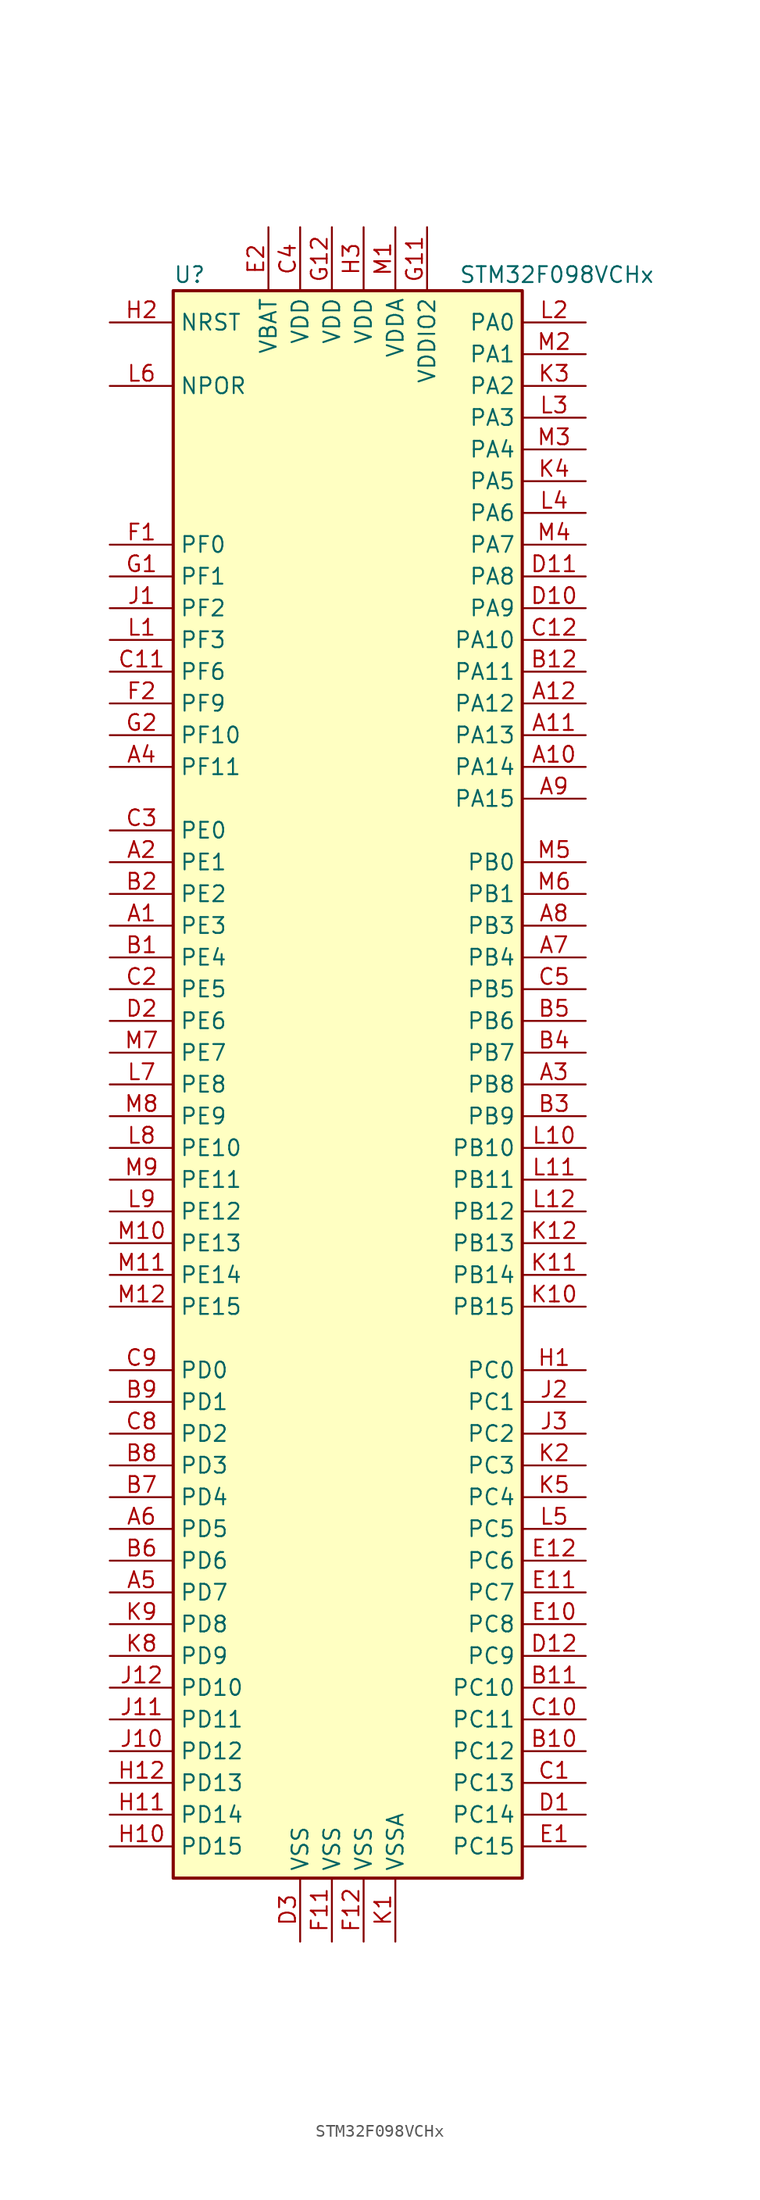
<source format=kicad_sym>
(kicad_symbol_lib
  (version 20201005)
  (generator kicad_symbol_editor)
  (symbol "MCU_ST_STM32F0:STM32F098VCHx"
    (property "Reference" "U"
      (at -15.24 64.77 0)
      (effects (font (size 1.27 1.27)) (justify left)))
    (property "Value" "STM32F098VCHx"
      (at 7.62 64.77 0)
      (effects (font (size 1.27 1.27)) (justify left)))
    (symbol "STM32F098VCHx_0_1"
      (rectangle (start -15.24 -63.5) (end 12.7 63.5) (stroke (width 0.254)) (fill (type background))))
    (symbol "STM32F098VCHx_1_1"
      (pin bidirectional line (at -20.32 12.7 0) (length 5.08) (name "PE3" (effects (font (size 1.27 1.27)))) (number "A1" (effects (font (size 1.27 1.27)))))
      (pin bidirectional line (at 17.78 25.4 180) (length 5.08) (name "PA14" (effects (font (size 1.27 1.27)))) (number "A10" (effects (font (size 1.27 1.27)))))
      (pin bidirectional line (at 17.78 27.94 180) (length 5.08) (name "PA13" (effects (font (size 1.27 1.27)))) (number "A11" (effects (font (size 1.27 1.27)))))
      (pin bidirectional line (at 17.78 30.48 180) (length 5.08) (name "PA12" (effects (font (size 1.27 1.27)))) (number "A12" (effects (font (size 1.27 1.27)))))
      (pin bidirectional line (at -20.32 17.78 0) (length 5.08) (name "PE1" (effects (font (size 1.27 1.27)))) (number "A2" (effects (font (size 1.27 1.27)))))
      (pin bidirectional line (at 17.78 0 180) (length 5.08) (name "PB8" (effects (font (size 1.27 1.27)))) (number "A3" (effects (font (size 1.27 1.27)))))
      (pin bidirectional line (at -20.32 25.4 0) (length 5.08) (name "PF11" (effects (font (size 1.27 1.27)))) (number "A4" (effects (font (size 1.27 1.27)))))
      (pin bidirectional line (at -20.32 -40.64 0) (length 5.08) (name "PD7" (effects (font (size 1.27 1.27)))) (number "A5" (effects (font (size 1.27 1.27)))))
      (pin bidirectional line (at -20.32 -35.56 0) (length 5.08) (name "PD5" (effects (font (size 1.27 1.27)))) (number "A6" (effects (font (size 1.27 1.27)))))
      (pin bidirectional line (at 17.78 10.16 180) (length 5.08) (name "PB4" (effects (font (size 1.27 1.27)))) (number "A7" (effects (font (size 1.27 1.27)))))
      (pin bidirectional line (at 17.78 12.7 180) (length 5.08) (name "PB3" (effects (font (size 1.27 1.27)))) (number "A8" (effects (font (size 1.27 1.27)))))
      (pin bidirectional line (at 17.78 22.86 180) (length 5.08) (name "PA15" (effects (font (size 1.27 1.27)))) (number "A9" (effects (font (size 1.27 1.27)))))
      (pin bidirectional line (at -20.32 10.16 0) (length 5.08) (name "PE4" (effects (font (size 1.27 1.27)))) (number "B1" (effects (font (size 1.27 1.27)))))
      (pin bidirectional line (at 17.78 -53.34 180) (length 5.08) (name "PC12" (effects (font (size 1.27 1.27)))) (number "B10" (effects (font (size 1.27 1.27)))))
      (pin bidirectional line (at 17.78 -48.26 180) (length 5.08) (name "PC10" (effects (font (size 1.27 1.27)))) (number "B11" (effects (font (size 1.27 1.27)))))
      (pin bidirectional line (at 17.78 33.02 180) (length 5.08) (name "PA11" (effects (font (size 1.27 1.27)))) (number "B12" (effects (font (size 1.27 1.27)))))
      (pin bidirectional line (at -20.32 15.24 0) (length 5.08) (name "PE2" (effects (font (size 1.27 1.27)))) (number "B2" (effects (font (size 1.27 1.27)))))
      (pin bidirectional line (at 17.78 -2.54 180) (length 5.08) (name "PB9" (effects (font (size 1.27 1.27)))) (number "B3" (effects (font (size 1.27 1.27)))))
      (pin bidirectional line (at 17.78 2.54 180) (length 5.08) (name "PB7" (effects (font (size 1.27 1.27)))) (number "B4" (effects (font (size 1.27 1.27)))))
      (pin bidirectional line (at 17.78 5.08 180) (length 5.08) (name "PB6" (effects (font (size 1.27 1.27)))) (number "B5" (effects (font (size 1.27 1.27)))))
      (pin bidirectional line (at -20.32 -38.1 0) (length 5.08) (name "PD6" (effects (font (size 1.27 1.27)))) (number "B6" (effects (font (size 1.27 1.27)))))
      (pin bidirectional line (at -20.32 -33.02 0) (length 5.08) (name "PD4" (effects (font (size 1.27 1.27)))) (number "B7" (effects (font (size 1.27 1.27)))))
      (pin bidirectional line (at -20.32 -30.48 0) (length 5.08) (name "PD3" (effects (font (size 1.27 1.27)))) (number "B8" (effects (font (size 1.27 1.27)))))
      (pin bidirectional line (at -20.32 -25.4 0) (length 5.08) (name "PD1" (effects (font (size 1.27 1.27)))) (number "B9" (effects (font (size 1.27 1.27)))))
      (pin bidirectional line (at 17.78 -55.88 180) (length 5.08) (name "PC13" (effects (font (size 1.27 1.27)))) (number "C1" (effects (font (size 1.27 1.27)))))
      (pin bidirectional line (at 17.78 -50.8 180) (length 5.08) (name "PC11" (effects (font (size 1.27 1.27)))) (number "C10" (effects (font (size 1.27 1.27)))))
      (pin bidirectional line (at -20.32 33.02 0) (length 5.08) (name "PF6" (effects (font (size 1.27 1.27)))) (number "C11" (effects (font (size 1.27 1.27)))))
      (pin bidirectional line (at 17.78 35.56 180) (length 5.08) (name "PA10" (effects (font (size 1.27 1.27)))) (number "C12" (effects (font (size 1.27 1.27)))))
      (pin bidirectional line (at -20.32 7.62 0) (length 5.08) (name "PE5" (effects (font (size 1.27 1.27)))) (number "C2" (effects (font (size 1.27 1.27)))))
      (pin bidirectional line (at -20.32 20.32 0) (length 5.08) (name "PE0" (effects (font (size 1.27 1.27)))) (number "C3" (effects (font (size 1.27 1.27)))))
      (pin power_in line (at -5.08 68.58 270) (length 5.08) (name "VDD" (effects (font (size 1.27 1.27)))) (number "C4" (effects (font (size 1.27 1.27)))))
      (pin bidirectional line (at 17.78 7.62 180) (length 5.08) (name "PB5" (effects (font (size 1.27 1.27)))) (number "C5" (effects (font (size 1.27 1.27)))))
      (pin bidirectional line (at -20.32 -27.94 0) (length 5.08) (name "PD2" (effects (font (size 1.27 1.27)))) (number "C8" (effects (font (size 1.27 1.27)))))
      (pin bidirectional line (at -20.32 -22.86 0) (length 5.08) (name "PD0" (effects (font (size 1.27 1.27)))) (number "C9" (effects (font (size 1.27 1.27)))))
      (pin bidirectional line (at 17.78 -58.42 180) (length 5.08) (name "PC14" (effects (font (size 1.27 1.27)))) (number "D1" (effects (font (size 1.27 1.27)))))
      (pin bidirectional line (at 17.78 38.1 180) (length 5.08) (name "PA9" (effects (font (size 1.27 1.27)))) (number "D10" (effects (font (size 1.27 1.27)))))
      (pin bidirectional line (at 17.78 40.64 180) (length 5.08) (name "PA8" (effects (font (size 1.27 1.27)))) (number "D11" (effects (font (size 1.27 1.27)))))
      (pin bidirectional line (at 17.78 -45.72 180) (length 5.08) (name "PC9" (effects (font (size 1.27 1.27)))) (number "D12" (effects (font (size 1.27 1.27)))))
      (pin bidirectional line (at -20.32 5.08 0) (length 5.08) (name "PE6" (effects (font (size 1.27 1.27)))) (number "D2" (effects (font (size 1.27 1.27)))))
      (pin power_in line (at -5.08 -68.58 90) (length 5.08) (name "VSS" (effects (font (size 1.27 1.27)))) (number "D3" (effects (font (size 1.27 1.27)))))
      (pin bidirectional line (at 17.78 -60.96 180) (length 5.08) (name "PC15" (effects (font (size 1.27 1.27)))) (number "E1" (effects (font (size 1.27 1.27)))))
      (pin bidirectional line (at 17.78 -43.18 180) (length 5.08) (name "PC8" (effects (font (size 1.27 1.27)))) (number "E10" (effects (font (size 1.27 1.27)))))
      (pin bidirectional line (at 17.78 -40.64 180) (length 5.08) (name "PC7" (effects (font (size 1.27 1.27)))) (number "E11" (effects (font (size 1.27 1.27)))))
      (pin bidirectional line (at 17.78 -38.1 180) (length 5.08) (name "PC6" (effects (font (size 1.27 1.27)))) (number "E12" (effects (font (size 1.27 1.27)))))
      (pin power_in line (at -7.62 68.58 270) (length 5.08) (name "VBAT" (effects (font (size 1.27 1.27)))) (number "E2" (effects (font (size 1.27 1.27)))))
      (pin no_connect line (at -15.24 -60.96 0) (length 5.08) hide (name "NC" (effects (font (size 1.27 1.27)))) (number "E3" (effects (font (size 1.27 1.27)))))
      (pin input line (at -20.32 43.18 0) (length 5.08) (name "PF0" (effects (font (size 1.27 1.27)))) (number "F1" (effects (font (size 1.27 1.27)))))
      (pin power_in line (at -2.54 -68.58 90) (length 5.08) (name "VSS" (effects (font (size 1.27 1.27)))) (number "F11" (effects (font (size 1.27 1.27)))))
      (pin power_in line (at 0 -68.58 90) (length 5.08) (name "VSS" (effects (font (size 1.27 1.27)))) (number "F12" (effects (font (size 1.27 1.27)))))
      (pin bidirectional line (at -20.32 30.48 0) (length 5.08) (name "PF9" (effects (font (size 1.27 1.27)))) (number "F2" (effects (font (size 1.27 1.27)))))
      (pin input line (at -20.32 40.64 0) (length 5.08) (name "PF1" (effects (font (size 1.27 1.27)))) (number "G1" (effects (font (size 1.27 1.27)))))
      (pin power_in line (at 5.08 68.58 270) (length 5.08) (name "VDDIO2" (effects (font (size 1.27 1.27)))) (number "G11" (effects (font (size 1.27 1.27)))))
      (pin power_in line (at -2.54 68.58 270) (length 5.08) (name "VDD" (effects (font (size 1.27 1.27)))) (number "G12" (effects (font (size 1.27 1.27)))))
      (pin bidirectional line (at -20.32 27.94 0) (length 5.08) (name "PF10" (effects (font (size 1.27 1.27)))) (number "G2" (effects (font (size 1.27 1.27)))))
      (pin bidirectional line (at 17.78 -22.86 180) (length 5.08) (name "PC0" (effects (font (size 1.27 1.27)))) (number "H1" (effects (font (size 1.27 1.27)))))
      (pin bidirectional line (at -20.32 -60.96 0) (length 5.08) (name "PD15" (effects (font (size 1.27 1.27)))) (number "H10" (effects (font (size 1.27 1.27)))))
      (pin bidirectional line (at -20.32 -58.42 0) (length 5.08) (name "PD14" (effects (font (size 1.27 1.27)))) (number "H11" (effects (font (size 1.27 1.27)))))
      (pin bidirectional line (at -20.32 -55.88 0) (length 5.08) (name "PD13" (effects (font (size 1.27 1.27)))) (number "H12" (effects (font (size 1.27 1.27)))))
      (pin input line (at -20.32 60.96 0) (length 5.08) (name "NRST" (effects (font (size 1.27 1.27)))) (number "H2" (effects (font (size 1.27 1.27)))))
      (pin power_in line (at 0 68.58 270) (length 5.08) (name "VDD" (effects (font (size 1.27 1.27)))) (number "H3" (effects (font (size 1.27 1.27)))))
      (pin bidirectional line (at -20.32 38.1 0) (length 5.08) (name "PF2" (effects (font (size 1.27 1.27)))) (number "J1" (effects (font (size 1.27 1.27)))))
      (pin bidirectional line (at -20.32 -53.34 0) (length 5.08) (name "PD12" (effects (font (size 1.27 1.27)))) (number "J10" (effects (font (size 1.27 1.27)))))
      (pin bidirectional line (at -20.32 -50.8 0) (length 5.08) (name "PD11" (effects (font (size 1.27 1.27)))) (number "J11" (effects (font (size 1.27 1.27)))))
      (pin bidirectional line (at -20.32 -48.26 0) (length 5.08) (name "PD10" (effects (font (size 1.27 1.27)))) (number "J12" (effects (font (size 1.27 1.27)))))
      (pin bidirectional line (at 17.78 -25.4 180) (length 5.08) (name "PC1" (effects (font (size 1.27 1.27)))) (number "J2" (effects (font (size 1.27 1.27)))))
      (pin bidirectional line (at 17.78 -27.94 180) (length 5.08) (name "PC2" (effects (font (size 1.27 1.27)))) (number "J3" (effects (font (size 1.27 1.27)))))
      (pin power_in line (at 2.54 -68.58 90) (length 5.08) (name "VSSA" (effects (font (size 1.27 1.27)))) (number "K1" (effects (font (size 1.27 1.27)))))
      (pin bidirectional line (at 17.78 -17.78 180) (length 5.08) (name "PB15" (effects (font (size 1.27 1.27)))) (number "K10" (effects (font (size 1.27 1.27)))))
      (pin bidirectional line (at 17.78 -15.24 180) (length 5.08) (name "PB14" (effects (font (size 1.27 1.27)))) (number "K11" (effects (font (size 1.27 1.27)))))
      (pin bidirectional line (at 17.78 -12.7 180) (length 5.08) (name "PB13" (effects (font (size 1.27 1.27)))) (number "K12" (effects (font (size 1.27 1.27)))))
      (pin bidirectional line (at 17.78 -30.48 180) (length 5.08) (name "PC3" (effects (font (size 1.27 1.27)))) (number "K2" (effects (font (size 1.27 1.27)))))
      (pin bidirectional line (at 17.78 55.88 180) (length 5.08) (name "PA2" (effects (font (size 1.27 1.27)))) (number "K3" (effects (font (size 1.27 1.27)))))
      (pin bidirectional line (at 17.78 48.26 180) (length 5.08) (name "PA5" (effects (font (size 1.27 1.27)))) (number "K4" (effects (font (size 1.27 1.27)))))
      (pin bidirectional line (at 17.78 -33.02 180) (length 5.08) (name "PC4" (effects (font (size 1.27 1.27)))) (number "K5" (effects (font (size 1.27 1.27)))))
      (pin bidirectional line (at -20.32 -45.72 0) (length 5.08) (name "PD9" (effects (font (size 1.27 1.27)))) (number "K8" (effects (font (size 1.27 1.27)))))
      (pin bidirectional line (at -20.32 -43.18 0) (length 5.08) (name "PD8" (effects (font (size 1.27 1.27)))) (number "K9" (effects (font (size 1.27 1.27)))))
      (pin bidirectional line (at -20.32 35.56 0) (length 5.08) (name "PF3" (effects (font (size 1.27 1.27)))) (number "L1" (effects (font (size 1.27 1.27)))))
      (pin bidirectional line (at 17.78 -5.08 180) (length 5.08) (name "PB10" (effects (font (size 1.27 1.27)))) (number "L10" (effects (font (size 1.27 1.27)))))
      (pin bidirectional line (at 17.78 -7.62 180) (length 5.08) (name "PB11" (effects (font (size 1.27 1.27)))) (number "L11" (effects (font (size 1.27 1.27)))))
      (pin bidirectional line (at 17.78 -10.16 180) (length 5.08) (name "PB12" (effects (font (size 1.27 1.27)))) (number "L12" (effects (font (size 1.27 1.27)))))
      (pin bidirectional line (at 17.78 60.96 180) (length 5.08) (name "PA0" (effects (font (size 1.27 1.27)))) (number "L2" (effects (font (size 1.27 1.27)))))
      (pin bidirectional line (at 17.78 53.34 180) (length 5.08) (name "PA3" (effects (font (size 1.27 1.27)))) (number "L3" (effects (font (size 1.27 1.27)))))
      (pin bidirectional line (at 17.78 45.72 180) (length 5.08) (name "PA6" (effects (font (size 1.27 1.27)))) (number "L4" (effects (font (size 1.27 1.27)))))
      (pin bidirectional line (at 17.78 -35.56 180) (length 5.08) (name "PC5" (effects (font (size 1.27 1.27)))) (number "L5" (effects (font (size 1.27 1.27)))))
      (pin power_in line (at -20.32 55.88 0) (length 5.08) (name "NPOR" (effects (font (size 1.27 1.27)))) (number "L6" (effects (font (size 1.27 1.27)))))
      (pin bidirectional line (at -20.32 0 0) (length 5.08) (name "PE8" (effects (font (size 1.27 1.27)))) (number "L7" (effects (font (size 1.27 1.27)))))
      (pin bidirectional line (at -20.32 -5.08 0) (length 5.08) (name "PE10" (effects (font (size 1.27 1.27)))) (number "L8" (effects (font (size 1.27 1.27)))))
      (pin bidirectional line (at -20.32 -10.16 0) (length 5.08) (name "PE12" (effects (font (size 1.27 1.27)))) (number "L9" (effects (font (size 1.27 1.27)))))
      (pin power_in line (at 2.54 68.58 270) (length 5.08) (name "VDDA" (effects (font (size 1.27 1.27)))) (number "M1" (effects (font (size 1.27 1.27)))))
      (pin bidirectional line (at -20.32 -12.7 0) (length 5.08) (name "PE13" (effects (font (size 1.27 1.27)))) (number "M10" (effects (font (size 1.27 1.27)))))
      (pin bidirectional line (at -20.32 -15.24 0) (length 5.08) (name "PE14" (effects (font (size 1.27 1.27)))) (number "M11" (effects (font (size 1.27 1.27)))))
      (pin bidirectional line (at -20.32 -17.78 0) (length 5.08) (name "PE15" (effects (font (size 1.27 1.27)))) (number "M12" (effects (font (size 1.27 1.27)))))
      (pin bidirectional line (at 17.78 58.42 180) (length 5.08) (name "PA1" (effects (font (size 1.27 1.27)))) (number "M2" (effects (font (size 1.27 1.27)))))
      (pin bidirectional line (at 17.78 50.8 180) (length 5.08) (name "PA4" (effects (font (size 1.27 1.27)))) (number "M3" (effects (font (size 1.27 1.27)))))
      (pin bidirectional line (at 17.78 43.18 180) (length 5.08) (name "PA7" (effects (font (size 1.27 1.27)))) (number "M4" (effects (font (size 1.27 1.27)))))
      (pin bidirectional line (at 17.78 17.78 180) (length 5.08) (name "PB0" (effects (font (size 1.27 1.27)))) (number "M5" (effects (font (size 1.27 1.27)))))
      (pin bidirectional line (at 17.78 15.24 180) (length 5.08) (name "PB1" (effects (font (size 1.27 1.27)))) (number "M6" (effects (font (size 1.27 1.27)))))
      (pin bidirectional line (at -20.32 2.54 0) (length 5.08) (name "PE7" (effects (font (size 1.27 1.27)))) (number "M7" (effects (font (size 1.27 1.27)))))
      (pin bidirectional line (at -20.32 -2.54 0) (length 5.08) (name "PE9" (effects (font (size 1.27 1.27)))) (number "M8" (effects (font (size 1.27 1.27)))))
      (pin bidirectional line (at -20.32 -7.62 0) (length 5.08) (name "PE11" (effects (font (size 1.27 1.27)))) (number "M9" (effects (font (size 1.27 1.27))))))))
</source>
